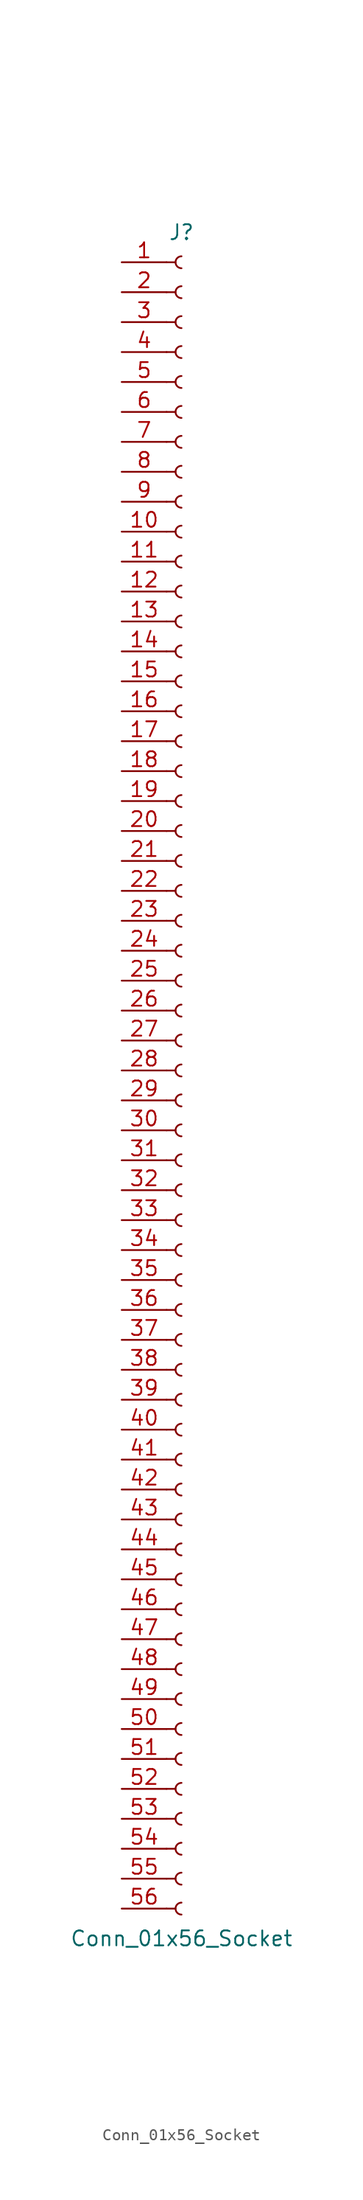
<source format=kicad_sym>
(kicad_symbol_lib
  (version 20220914)
  (generator kicad_symbol_editor)
  (symbol "Conn_01x56_Socket"
    (pin_names
      (offset 1.016) hide)
    (property "Reference" "J"
      (at 0 71.12 0)
      (effects (font (size 1.27 1.27))))
    (property "Value" "Conn_01x56_Socket"
      (at 0 -73.66 0)
      (effects (font (size 1.27 1.27))))
    (property "ki_locked" ""
      (at 0 0 0)
      (effects (font (size 1.27 1.27))))
    (symbol "Conn_01x56_Socket_1_1"
      (arc (start 0 -70.612) (mid -0.5058 -71.12) (end 0 -71.628) (stroke (width 0.1524) (type default)) (fill (type none)))
      (arc (start 0 -68.072) (mid -0.5058 -68.58) (end 0 -69.088) (stroke (width 0.1524) (type default)) (fill (type none)))
      (arc (start 0 -65.532) (mid -0.5058 -66.04) (end 0 -66.548) (stroke (width 0.1524) (type default)) (fill (type none)))
      (arc (start 0 -62.992) (mid -0.5058 -63.5) (end 0 -64.008) (stroke (width 0.1524) (type default)) (fill (type none)))
      (arc (start 0 -60.452) (mid -0.5058 -60.96) (end 0 -61.468) (stroke (width 0.1524) (type default)) (fill (type none)))
      (arc (start 0 -57.912) (mid -0.5058 -58.42) (end 0 -58.928) (stroke (width 0.1524) (type default)) (fill (type none)))
      (arc (start 0 -55.372) (mid -0.5058 -55.88) (end 0 -56.388) (stroke (width 0.1524) (type default)) (fill (type none)))
      (arc (start 0 -52.832) (mid -0.5058 -53.34) (end 0 -53.848) (stroke (width 0.1524) (type default)) (fill (type none)))
      (arc (start 0 -50.292) (mid -0.5058 -50.8) (end 0 -51.308) (stroke (width 0.1524) (type default)) (fill (type none)))
      (arc (start 0 -47.752) (mid -0.5058 -48.26) (end 0 -48.768) (stroke (width 0.1524) (type default)) (fill (type none)))
      (arc (start 0 -45.212) (mid -0.5058 -45.72) (end 0 -46.228) (stroke (width 0.1524) (type default)) (fill (type none)))
      (arc (start 0 -42.672) (mid -0.5058 -43.18) (end 0 -43.688) (stroke (width 0.1524) (type default)) (fill (type none)))
      (arc (start 0 -40.132) (mid -0.5058 -40.64) (end 0 -41.148) (stroke (width 0.1524) (type default)) (fill (type none)))
      (arc (start 0 -37.592) (mid -0.5058 -38.1) (end 0 -38.608) (stroke (width 0.1524) (type default)) (fill (type none)))
      (arc (start 0 -35.052) (mid -0.5058 -35.56) (end 0 -36.068) (stroke (width 0.1524) (type default)) (fill (type none)))
      (arc (start 0 -32.512) (mid -0.5058 -33.02) (end 0 -33.528) (stroke (width 0.1524) (type default)) (fill (type none)))
      (arc (start 0 -29.972) (mid -0.5058 -30.48) (end 0 -30.988) (stroke (width 0.1524) (type default)) (fill (type none)))
      (arc (start 0 -27.432) (mid -0.5058 -27.94) (end 0 -28.448) (stroke (width 0.1524) (type default)) (fill (type none)))
      (arc (start 0 -24.892) (mid -0.5058 -25.4) (end 0 -25.908) (stroke (width 0.1524) (type default)) (fill (type none)))
      (arc (start 0 -22.352) (mid -0.5058 -22.86) (end 0 -23.368) (stroke (width 0.1524) (type default)) (fill (type none)))
      (arc (start 0 -19.812) (mid -0.5058 -20.32) (end 0 -20.828) (stroke (width 0.1524) (type default)) (fill (type none)))
      (arc (start 0 -17.272) (mid -0.5058 -17.78) (end 0 -18.288) (stroke (width 0.1524) (type default)) (fill (type none)))
      (arc (start 0 -14.732) (mid -0.5058 -15.24) (end 0 -15.748) (stroke (width 0.1524) (type default)) (fill (type none)))
      (arc (start 0 -12.192) (mid -0.5058 -12.7) (end 0 -13.208) (stroke (width 0.1524) (type default)) (fill (type none)))
      (arc (start 0 -9.652) (mid -0.5058 -10.16) (end 0 -10.668) (stroke (width 0.1524) (type default)) (fill (type none)))
      (arc (start 0 -7.112) (mid -0.5058 -7.62) (end 0 -8.128) (stroke (width 0.1524) (type default)) (fill (type none)))
      (arc (start 0 -4.572) (mid -0.5058 -5.08) (end 0 -5.588) (stroke (width 0.1524) (type default)) (fill (type none)))
      (arc (start 0 -2.032) (mid -0.5058 -2.54) (end 0 -3.048) (stroke (width 0.1524) (type default)) (fill (type none)))
      (polyline (pts (xy -1.27 -71.12) (xy -0.508 -71.12)) (stroke (width 0.152) (type default)) (fill (type none)))
      (polyline (pts (xy -1.27 -68.58) (xy -0.508 -68.58)) (stroke (width 0.152) (type default)) (fill (type none)))
      (polyline (pts (xy -1.27 -66.04) (xy -0.508 -66.04)) (stroke (width 0.152) (type default)) (fill (type none)))
      (polyline (pts (xy -1.27 -63.5) (xy -0.508 -63.5)) (stroke (width 0.152) (type default)) (fill (type none)))
      (polyline (pts (xy -1.27 -60.96) (xy -0.508 -60.96)) (stroke (width 0.152) (type default)) (fill (type none)))
      (polyline (pts (xy -1.27 -58.42) (xy -0.508 -58.42)) (stroke (width 0.152) (type default)) (fill (type none)))
      (polyline (pts (xy -1.27 -55.88) (xy -0.508 -55.88)) (stroke (width 0.152) (type default)) (fill (type none)))
      (polyline (pts (xy -1.27 -53.34) (xy -0.508 -53.34)) (stroke (width 0.152) (type default)) (fill (type none)))
      (polyline (pts (xy -1.27 -50.8) (xy -0.508 -50.8)) (stroke (width 0.152) (type default)) (fill (type none)))
      (polyline (pts (xy -1.27 -48.26) (xy -0.508 -48.26)) (stroke (width 0.152) (type default)) (fill (type none)))
      (polyline (pts (xy -1.27 -45.72) (xy -0.508 -45.72)) (stroke (width 0.152) (type default)) (fill (type none)))
      (polyline (pts (xy -1.27 -43.18) (xy -0.508 -43.18)) (stroke (width 0.152) (type default)) (fill (type none)))
      (polyline (pts (xy -1.27 -40.64) (xy -0.508 -40.64)) (stroke (width 0.152) (type default)) (fill (type none)))
      (polyline (pts (xy -1.27 -38.1) (xy -0.508 -38.1)) (stroke (width 0.152) (type default)) (fill (type none)))
      (polyline (pts (xy -1.27 -35.56) (xy -0.508 -35.56)) (stroke (width 0.152) (type default)) (fill (type none)))
      (polyline (pts (xy -1.27 -33.02) (xy -0.508 -33.02)) (stroke (width 0.152) (type default)) (fill (type none)))
      (polyline (pts (xy -1.27 -30.48) (xy -0.508 -30.48)) (stroke (width 0.152) (type default)) (fill (type none)))
      (polyline (pts (xy -1.27 -27.94) (xy -0.508 -27.94)) (stroke (width 0.152) (type default)) (fill (type none)))
      (polyline (pts (xy -1.27 -25.4) (xy -0.508 -25.4)) (stroke (width 0.152) (type default)) (fill (type none)))
      (polyline (pts (xy -1.27 -22.86) (xy -0.508 -22.86)) (stroke (width 0.152) (type default)) (fill (type none)))
      (polyline (pts (xy -1.27 -20.32) (xy -0.508 -20.32)) (stroke (width 0.152) (type default)) (fill (type none)))
      (polyline (pts (xy -1.27 -17.78) (xy -0.508 -17.78)) (stroke (width 0.152) (type default)) (fill (type none)))
      (polyline (pts (xy -1.27 -15.24) (xy -0.508 -15.24)) (stroke (width 0.152) (type default)) (fill (type none)))
      (polyline (pts (xy -1.27 -12.7) (xy -0.508 -12.7)) (stroke (width 0.152) (type default)) (fill (type none)))
      (polyline (pts (xy -1.27 -10.16) (xy -0.508 -10.16)) (stroke (width 0.152) (type default)) (fill (type none)))
      (polyline (pts (xy -1.27 -7.62) (xy -0.508 -7.62)) (stroke (width 0.152) (type default)) (fill (type none)))
      (polyline (pts (xy -1.27 -5.08) (xy -0.508 -5.08)) (stroke (width 0.152) (type default)) (fill (type none)))
      (polyline (pts (xy -1.27 -2.54) (xy -0.508 -2.54)) (stroke (width 0.152) (type default)) (fill (type none)))
      (polyline (pts (xy -1.27 0) (xy -0.508 0)) (stroke (width 0.152) (type default)) (fill (type none)))
      (polyline (pts (xy -1.27 2.54) (xy -0.508 2.54)) (stroke (width 0.152) (type default)) (fill (type none)))
      (polyline (pts (xy -1.27 5.08) (xy -0.508 5.08)) (stroke (width 0.152) (type default)) (fill (type none)))
      (polyline (pts (xy -1.27 7.62) (xy -0.508 7.62)) (stroke (width 0.152) (type default)) (fill (type none)))
      (polyline (pts (xy -1.27 10.16) (xy -0.508 10.16)) (stroke (width 0.152) (type default)) (fill (type none)))
      (polyline (pts (xy -1.27 12.7) (xy -0.508 12.7)) (stroke (width 0.152) (type default)) (fill (type none)))
      (polyline (pts (xy -1.27 15.24) (xy -0.508 15.24)) (stroke (width 0.152) (type default)) (fill (type none)))
      (polyline (pts (xy -1.27 17.78) (xy -0.508 17.78)) (stroke (width 0.152) (type default)) (fill (type none)))
      (polyline (pts (xy -1.27 20.32) (xy -0.508 20.32)) (stroke (width 0.152) (type default)) (fill (type none)))
      (polyline (pts (xy -1.27 22.86) (xy -0.508 22.86)) (stroke (width 0.152) (type default)) (fill (type none)))
      (polyline (pts (xy -1.27 25.4) (xy -0.508 25.4)) (stroke (width 0.152) (type default)) (fill (type none)))
      (polyline (pts (xy -1.27 27.94) (xy -0.508 27.94)) (stroke (width 0.152) (type default)) (fill (type none)))
      (polyline (pts (xy -1.27 30.48) (xy -0.508 30.48)) (stroke (width 0.152) (type default)) (fill (type none)))
      (polyline (pts (xy -1.27 33.02) (xy -0.508 33.02)) (stroke (width 0.152) (type default)) (fill (type none)))
      (polyline (pts (xy -1.27 35.56) (xy -0.508 35.56)) (stroke (width 0.152) (type default)) (fill (type none)))
      (polyline (pts (xy -1.27 38.1) (xy -0.508 38.1)) (stroke (width 0.152) (type default)) (fill (type none)))
      (polyline (pts (xy -1.27 40.64) (xy -0.508 40.64)) (stroke (width 0.152) (type default)) (fill (type none)))
      (polyline (pts (xy -1.27 43.18) (xy -0.508 43.18)) (stroke (width 0.152) (type default)) (fill (type none)))
      (polyline (pts (xy -1.27 45.72) (xy -0.508 45.72)) (stroke (width 0.152) (type default)) (fill (type none)))
      (polyline (pts (xy -1.27 48.26) (xy -0.508 48.26)) (stroke (width 0.152) (type default)) (fill (type none)))
      (polyline (pts (xy -1.27 50.8) (xy -0.508 50.8)) (stroke (width 0.152) (type default)) (fill (type none)))
      (polyline (pts (xy -1.27 53.34) (xy -0.508 53.34)) (stroke (width 0.152) (type default)) (fill (type none)))
      (polyline (pts (xy -1.27 55.88) (xy -0.508 55.88)) (stroke (width 0.152) (type default)) (fill (type none)))
      (polyline (pts (xy -1.27 58.42) (xy -0.508 58.42)) (stroke (width 0.152) (type default)) (fill (type none)))
      (polyline (pts (xy -1.27 60.96) (xy -0.508 60.96)) (stroke (width 0.152) (type default)) (fill (type none)))
      (polyline (pts (xy -1.27 63.5) (xy -0.508 63.5)) (stroke (width 0.152) (type default)) (fill (type none)))
      (polyline (pts (xy -1.27 66.04) (xy -0.508 66.04)) (stroke (width 0.152) (type default)) (fill (type none)))
      (polyline (pts (xy -1.27 68.58) (xy -0.508 68.58)) (stroke (width 0.152) (type default)) (fill (type none)))
      (arc (start 0 0.508) (mid -0.5058 0) (end 0 -0.508) (stroke (width 0.1524) (type default)) (fill (type none)))
      (arc (start 0 3.048) (mid -0.5058 2.54) (end 0 2.032) (stroke (width 0.1524) (type default)) (fill (type none)))
      (arc (start 0 5.588) (mid -0.5058 5.08) (end 0 4.572) (stroke (width 0.1524) (type default)) (fill (type none)))
      (arc (start 0 8.128) (mid -0.5058 7.62) (end 0 7.112) (stroke (width 0.1524) (type default)) (fill (type none)))
      (arc (start 0 10.668) (mid -0.5058 10.16) (end 0 9.652) (stroke (width 0.1524) (type default)) (fill (type none)))
      (arc (start 0 13.208) (mid -0.5058 12.7) (end 0 12.192) (stroke (width 0.1524) (type default)) (fill (type none)))
      (arc (start 0 15.748) (mid -0.5058 15.24) (end 0 14.732) (stroke (width 0.1524) (type default)) (fill (type none)))
      (arc (start 0 18.288) (mid -0.5058 17.78) (end 0 17.272) (stroke (width 0.1524) (type default)) (fill (type none)))
      (arc (start 0 20.828) (mid -0.5058 20.32) (end 0 19.812) (stroke (width 0.1524) (type default)) (fill (type none)))
      (arc (start 0 23.368) (mid -0.5058 22.86) (end 0 22.352) (stroke (width 0.1524) (type default)) (fill (type none)))
      (arc (start 0 25.908) (mid -0.5058 25.4) (end 0 24.892) (stroke (width 0.1524) (type default)) (fill (type none)))
      (arc (start 0 28.448) (mid -0.5058 27.94) (end 0 27.432) (stroke (width 0.1524) (type default)) (fill (type none)))
      (arc (start 0 30.988) (mid -0.5058 30.48) (end 0 29.972) (stroke (width 0.1524) (type default)) (fill (type none)))
      (arc (start 0 33.528) (mid -0.5058 33.02) (end 0 32.512) (stroke (width 0.1524) (type default)) (fill (type none)))
      (arc (start 0 36.068) (mid -0.5058 35.56) (end 0 35.052) (stroke (width 0.1524) (type default)) (fill (type none)))
      (arc (start 0 38.608) (mid -0.5058 38.1) (end 0 37.592) (stroke (width 0.1524) (type default)) (fill (type none)))
      (arc (start 0 41.148) (mid -0.5058 40.64) (end 0 40.132) (stroke (width 0.1524) (type default)) (fill (type none)))
      (arc (start 0 43.688) (mid -0.5058 43.18) (end 0 42.672) (stroke (width 0.1524) (type default)) (fill (type none)))
      (arc (start 0 46.228) (mid -0.5058 45.72) (end 0 45.212) (stroke (width 0.1524) (type default)) (fill (type none)))
      (arc (start 0 48.768) (mid -0.5058 48.26) (end 0 47.752) (stroke (width 0.1524) (type default)) (fill (type none)))
      (arc (start 0 51.308) (mid -0.5058 50.8) (end 0 50.292) (stroke (width 0.1524) (type default)) (fill (type none)))
      (arc (start 0 53.848) (mid -0.5058 53.34) (end 0 52.832) (stroke (width 0.1524) (type default)) (fill (type none)))
      (arc (start 0 56.388) (mid -0.5058 55.88) (end 0 55.372) (stroke (width 0.1524) (type default)) (fill (type none)))
      (arc (start 0 58.928) (mid -0.5058 58.42) (end 0 57.912) (stroke (width 0.1524) (type default)) (fill (type none)))
      (arc (start 0 61.468) (mid -0.5058 60.96) (end 0 60.452) (stroke (width 0.1524) (type default)) (fill (type none)))
      (arc (start 0 64.008) (mid -0.5058 63.5) (end 0 62.992) (stroke (width 0.1524) (type default)) (fill (type none)))
      (arc (start 0 66.548) (mid -0.5058 66.04) (end 0 65.532) (stroke (width 0.1524) (type default)) (fill (type none)))
      (arc (start 0 69.088) (mid -0.5058 68.58) (end 0 68.072) (stroke (width 0.1524) (type default)) (fill (type none)))
      (pin passive line (at -5.08 68.58 0) (length 3.81) (name "Pin_1" (effects (font (size 1.27 1.27)))) (number "1" (effects (font (size 1.27 1.27)))))
      (pin passive line (at -5.08 45.72 0) (length 3.81) (name "Pin_10" (effects (font (size 1.27 1.27)))) (number "10" (effects (font (size 1.27 1.27)))))
      (pin passive line (at -5.08 43.18 0) (length 3.81) (name "Pin_11" (effects (font (size 1.27 1.27)))) (number "11" (effects (font (size 1.27 1.27)))))
      (pin passive line (at -5.08 40.64 0) (length 3.81) (name "Pin_12" (effects (font (size 1.27 1.27)))) (number "12" (effects (font (size 1.27 1.27)))))
      (pin passive line (at -5.08 38.1 0) (length 3.81) (name "Pin_13" (effects (font (size 1.27 1.27)))) (number "13" (effects (font (size 1.27 1.27)))))
      (pin passive line (at -5.08 35.56 0) (length 3.81) (name "Pin_14" (effects (font (size 1.27 1.27)))) (number "14" (effects (font (size 1.27 1.27)))))
      (pin passive line (at -5.08 33.02 0) (length 3.81) (name "Pin_15" (effects (font (size 1.27 1.27)))) (number "15" (effects (font (size 1.27 1.27)))))
      (pin passive line (at -5.08 30.48 0) (length 3.81) (name "Pin_16" (effects (font (size 1.27 1.27)))) (number "16" (effects (font (size 1.27 1.27)))))
      (pin passive line (at -5.08 27.94 0) (length 3.81) (name "Pin_17" (effects (font (size 1.27 1.27)))) (number "17" (effects (font (size 1.27 1.27)))))
      (pin passive line (at -5.08 25.4 0) (length 3.81) (name "Pin_18" (effects (font (size 1.27 1.27)))) (number "18" (effects (font (size 1.27 1.27)))))
      (pin passive line (at -5.08 22.86 0) (length 3.81) (name "Pin_19" (effects (font (size 1.27 1.27)))) (number "19" (effects (font (size 1.27 1.27)))))
      (pin passive line (at -5.08 66.04 0) (length 3.81) (name "Pin_2" (effects (font (size 1.27 1.27)))) (number "2" (effects (font (size 1.27 1.27)))))
      (pin passive line (at -5.08 20.32 0) (length 3.81) (name "Pin_20" (effects (font (size 1.27 1.27)))) (number "20" (effects (font (size 1.27 1.27)))))
      (pin passive line (at -5.08 17.78 0) (length 3.81) (name "Pin_21" (effects (font (size 1.27 1.27)))) (number "21" (effects (font (size 1.27 1.27)))))
      (pin passive line (at -5.08 15.24 0) (length 3.81) (name "Pin_22" (effects (font (size 1.27 1.27)))) (number "22" (effects (font (size 1.27 1.27)))))
      (pin passive line (at -5.08 12.7 0) (length 3.81) (name "Pin_23" (effects (font (size 1.27 1.27)))) (number "23" (effects (font (size 1.27 1.27)))))
      (pin passive line (at -5.08 10.16 0) (length 3.81) (name "Pin_24" (effects (font (size 1.27 1.27)))) (number "24" (effects (font (size 1.27 1.27)))))
      (pin passive line (at -5.08 7.62 0) (length 3.81) (name "Pin_25" (effects (font (size 1.27 1.27)))) (number "25" (effects (font (size 1.27 1.27)))))
      (pin passive line (at -5.08 5.08 0) (length 3.81) (name "Pin_26" (effects (font (size 1.27 1.27)))) (number "26" (effects (font (size 1.27 1.27)))))
      (pin passive line (at -5.08 2.54 0) (length 3.81) (name "Pin_27" (effects (font (size 1.27 1.27)))) (number "27" (effects (font (size 1.27 1.27)))))
      (pin passive line (at -5.08 0 0) (length 3.81) (name "Pin_28" (effects (font (size 1.27 1.27)))) (number "28" (effects (font (size 1.27 1.27)))))
      (pin passive line (at -5.08 -2.54 0) (length 3.81) (name "Pin_29" (effects (font (size 1.27 1.27)))) (number "29" (effects (font (size 1.27 1.27)))))
      (pin passive line (at -5.08 63.5 0) (length 3.81) (name "Pin_3" (effects (font (size 1.27 1.27)))) (number "3" (effects (font (size 1.27 1.27)))))
      (pin passive line (at -5.08 -5.08 0) (length 3.81) (name "Pin_30" (effects (font (size 1.27 1.27)))) (number "30" (effects (font (size 1.27 1.27)))))
      (pin passive line (at -5.08 -7.62 0) (length 3.81) (name "Pin_31" (effects (font (size 1.27 1.27)))) (number "31" (effects (font (size 1.27 1.27)))))
      (pin passive line (at -5.08 -10.16 0) (length 3.81) (name "Pin_32" (effects (font (size 1.27 1.27)))) (number "32" (effects (font (size 1.27 1.27)))))
      (pin passive line (at -5.08 -12.7 0) (length 3.81) (name "Pin_33" (effects (font (size 1.27 1.27)))) (number "33" (effects (font (size 1.27 1.27)))))
      (pin passive line (at -5.08 -15.24 0) (length 3.81) (name "Pin_34" (effects (font (size 1.27 1.27)))) (number "34" (effects (font (size 1.27 1.27)))))
      (pin passive line (at -5.08 -17.78 0) (length 3.81) (name "Pin_35" (effects (font (size 1.27 1.27)))) (number "35" (effects (font (size 1.27 1.27)))))
      (pin passive line (at -5.08 -20.32 0) (length 3.81) (name "Pin_36" (effects (font (size 1.27 1.27)))) (number "36" (effects (font (size 1.27 1.27)))))
      (pin passive line (at -5.08 -22.86 0) (length 3.81) (name "Pin_37" (effects (font (size 1.27 1.27)))) (number "37" (effects (font (size 1.27 1.27)))))
      (pin passive line (at -5.08 -25.4 0) (length 3.81) (name "Pin_38" (effects (font (size 1.27 1.27)))) (number "38" (effects (font (size 1.27 1.27)))))
      (pin passive line (at -5.08 -27.94 0) (length 3.81) (name "Pin_39" (effects (font (size 1.27 1.27)))) (number "39" (effects (font (size 1.27 1.27)))))
      (pin passive line (at -5.08 60.96 0) (length 3.81) (name "Pin_4" (effects (font (size 1.27 1.27)))) (number "4" (effects (font (size 1.27 1.27)))))
      (pin passive line (at -5.08 -30.48 0) (length 3.81) (name "Pin_40" (effects (font (size 1.27 1.27)))) (number "40" (effects (font (size 1.27 1.27)))))
      (pin passive line (at -5.08 -33.02 0) (length 3.81) (name "Pin_41" (effects (font (size 1.27 1.27)))) (number "41" (effects (font (size 1.27 1.27)))))
      (pin passive line (at -5.08 -35.56 0) (length 3.81) (name "Pin_42" (effects (font (size 1.27 1.27)))) (number "42" (effects (font (size 1.27 1.27)))))
      (pin passive line (at -5.08 -38.1 0) (length 3.81) (name "Pin_43" (effects (font (size 1.27 1.27)))) (number "43" (effects (font (size 1.27 1.27)))))
      (pin passive line (at -5.08 -40.64 0) (length 3.81) (name "Pin_44" (effects (font (size 1.27 1.27)))) (number "44" (effects (font (size 1.27 1.27)))))
      (pin passive line (at -5.08 -43.18 0) (length 3.81) (name "Pin_45" (effects (font (size 1.27 1.27)))) (number "45" (effects (font (size 1.27 1.27)))))
      (pin passive line (at -5.08 -45.72 0) (length 3.81) (name "Pin_46" (effects (font (size 1.27 1.27)))) (number "46" (effects (font (size 1.27 1.27)))))
      (pin passive line (at -5.08 -48.26 0) (length 3.81) (name "Pin_47" (effects (font (size 1.27 1.27)))) (number "47" (effects (font (size 1.27 1.27)))))
      (pin passive line (at -5.08 -50.8 0) (length 3.81) (name "Pin_48" (effects (font (size 1.27 1.27)))) (number "48" (effects (font (size 1.27 1.27)))))
      (pin passive line (at -5.08 -53.34 0) (length 3.81) (name "Pin_49" (effects (font (size 1.27 1.27)))) (number "49" (effects (font (size 1.27 1.27)))))
      (pin passive line (at -5.08 58.42 0) (length 3.81) (name "Pin_5" (effects (font (size 1.27 1.27)))) (number "5" (effects (font (size 1.27 1.27)))))
      (pin passive line (at -5.08 -55.88 0) (length 3.81) (name "Pin_50" (effects (font (size 1.27 1.27)))) (number "50" (effects (font (size 1.27 1.27)))))
      (pin passive line (at -5.08 -58.42 0) (length 3.81) (name "Pin_51" (effects (font (size 1.27 1.27)))) (number "51" (effects (font (size 1.27 1.27)))))
      (pin passive line (at -5.08 -60.96 0) (length 3.81) (name "Pin_52" (effects (font (size 1.27 1.27)))) (number "52" (effects (font (size 1.27 1.27)))))
      (pin passive line (at -5.08 -63.5 0) (length 3.81) (name "Pin_53" (effects (font (size 1.27 1.27)))) (number "53" (effects (font (size 1.27 1.27)))))
      (pin passive line (at -5.08 -66.04 0) (length 3.81) (name "Pin_54" (effects (font (size 1.27 1.27)))) (number "54" (effects (font (size 1.27 1.27)))))
      (pin passive line (at -5.08 -68.58 0) (length 3.81) (name "Pin_55" (effects (font (size 1.27 1.27)))) (number "55" (effects (font (size 1.27 1.27)))))
      (pin passive line (at -5.08 -71.12 0) (length 3.81) (name "Pin_56" (effects (font (size 1.27 1.27)))) (number "56" (effects (font (size 1.27 1.27)))))
      (pin passive line (at -5.08 55.88 0) (length 3.81) (name "Pin_6" (effects (font (size 1.27 1.27)))) (number "6" (effects (font (size 1.27 1.27)))))
      (pin passive line (at -5.08 53.34 0) (length 3.81) (name "Pin_7" (effects (font (size 1.27 1.27)))) (number "7" (effects (font (size 1.27 1.27)))))
      (pin passive line (at -5.08 50.8 0) (length 3.81) (name "Pin_8" (effects (font (size 1.27 1.27)))) (number "8" (effects (font (size 1.27 1.27)))))
      (pin passive line (at -5.08 48.26 0) (length 3.81) (name "Pin_9" (effects (font (size 1.27 1.27)))) (number "9" (effects (font (size 1.27 1.27))))))))
</source>
